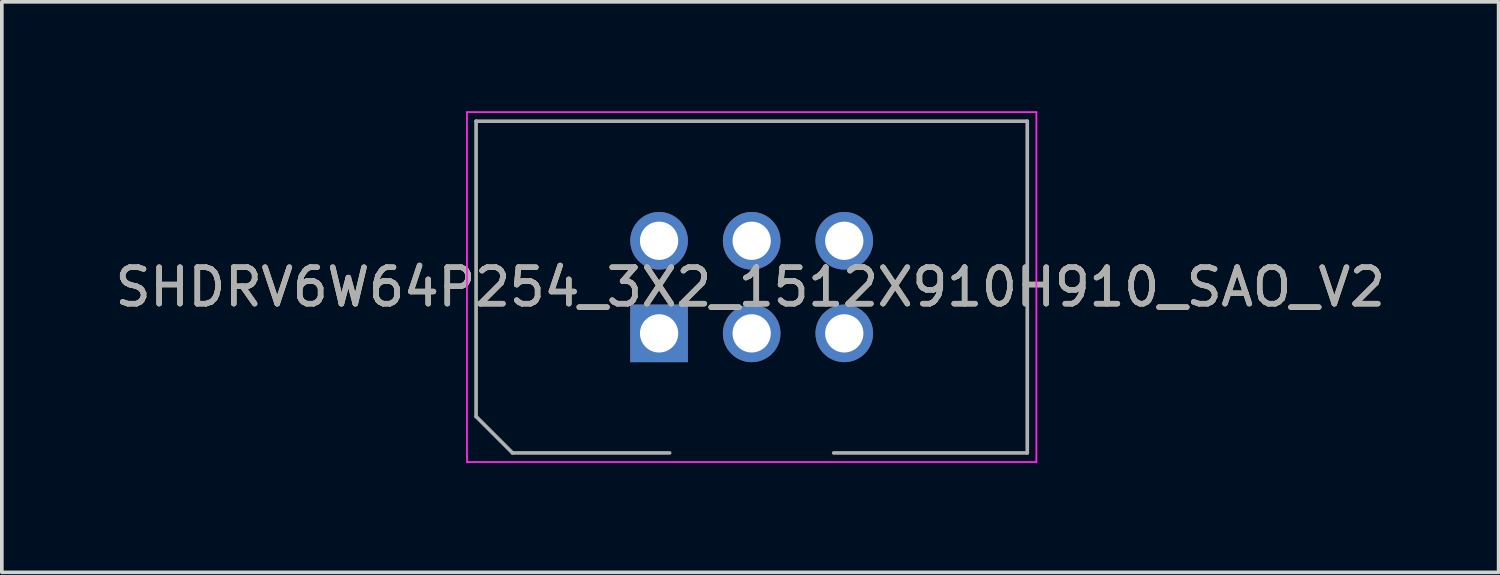
<source format=kicad_pcb>
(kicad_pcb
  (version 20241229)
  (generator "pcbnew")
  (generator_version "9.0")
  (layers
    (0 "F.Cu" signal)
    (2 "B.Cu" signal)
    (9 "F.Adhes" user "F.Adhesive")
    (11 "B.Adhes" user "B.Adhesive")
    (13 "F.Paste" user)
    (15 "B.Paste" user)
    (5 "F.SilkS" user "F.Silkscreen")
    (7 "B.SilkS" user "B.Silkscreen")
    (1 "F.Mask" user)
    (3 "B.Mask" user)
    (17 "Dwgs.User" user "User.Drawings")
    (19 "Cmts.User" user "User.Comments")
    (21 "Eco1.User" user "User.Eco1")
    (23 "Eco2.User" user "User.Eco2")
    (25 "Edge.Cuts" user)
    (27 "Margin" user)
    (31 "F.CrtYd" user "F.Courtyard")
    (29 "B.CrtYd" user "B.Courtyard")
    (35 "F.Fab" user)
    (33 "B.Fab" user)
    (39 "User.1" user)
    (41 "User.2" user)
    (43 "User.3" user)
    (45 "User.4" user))
  (footprint "SHDRV6W64P254_3X2_1512X910H910_SAO_V2"
    (layer "F.Cu")
    (at 15.03 6.095)
    (property "Reference" "SHDRV6W64P254_3X2_1512X910H910_SAO_V2" (at 2.5 -1.27 0) (layer "F.SilkS") (effects (font (size 1 1) (thickness 0.15))))
    (attr through_hole)
    (fp_line (start -5.27 -6.07) (end 10.35 -6.07) (stroke (width 0.05) (type solid)) (layer "F.CrtYd"))
    (fp_line (start -5.27 3.53) (end -5.27 -6.07) (stroke (width 0.05) (type solid)) (layer "F.CrtYd"))
    (fp_line (start 10.35 -6.07) (end 10.35 3.53) (stroke (width 0.05) (type solid)) (layer "F.CrtYd"))
    (fp_line (start 10.35 3.53) (end -5.27 3.53) (stroke (width 0.05) (type solid)) (layer "F.CrtYd"))
    (fp_line (start -5.02 -5.82) (end -5.02 2.28) (stroke (width 0.1) (type solid)) (layer "F.Fab"))
    (fp_line (start -5.02 2.28) (end -4.02 3.28) (stroke (width 0.1) (type solid)) (layer "F.Fab"))
    (fp_line (start -4.02 3.28) (end 0.29 3.28) (stroke (width 0.1) (type default)) (layer "F.Fab"))
    (fp_line (start 4.79 3.28) (end 10.1 3.28) (stroke (width 0.1) (type default)) (layer "F.Fab"))
    (fp_line (start 10.1 -5.82) (end -5.02 -5.82) (stroke (width 0.1) (type solid)) (layer "F.Fab"))
    (fp_line (start 10.1 3.28) (end 10.1 -5.82) (stroke (width 0.1) (type solid)) (layer "F.Fab"))
    (fp_text user "${REFERENCE}" (at 2.5 -1.27 0) (layer "F.Fab") (effects (font (size 1 1) (thickness 0.15))))
    (pad "1" thru_hole rect (at 0 0) (size 1.58 1.58) (drill 1.05) (layers "*.Cu" "*.Mask"))
    (pad "2" thru_hole circle (at 0 -2.54) (size 1.58 1.58) (drill 1.05) (layers "*.Cu" "*.Mask"))
    (pad "3" thru_hole circle (at 2.54 0) (size 1.58 1.58) (drill 1.05) (layers "*.Cu" "*.Mask"))
    (pad "4" thru_hole circle (at 2.54 -2.54) (size 1.58 1.58) (drill 1.05) (layers "*.Cu" "*.Mask"))
    (pad "5" thru_hole circle (at 5.08 0) (size 1.58 1.58) (drill 1.05) (layers "*.Cu" "*.Mask"))
    (pad "6" thru_hole circle (at 5.08 -2.54) (size 1.58 1.58) (drill 1.05) (layers "*.Cu" "*.Mask")))
  (gr_rect
    (start -3 -3)
    (end 38.06 12.65)
    (stroke (width 0.1) (type default))
    (fill no)
    (layer "Edge.Cuts")))
</source>
